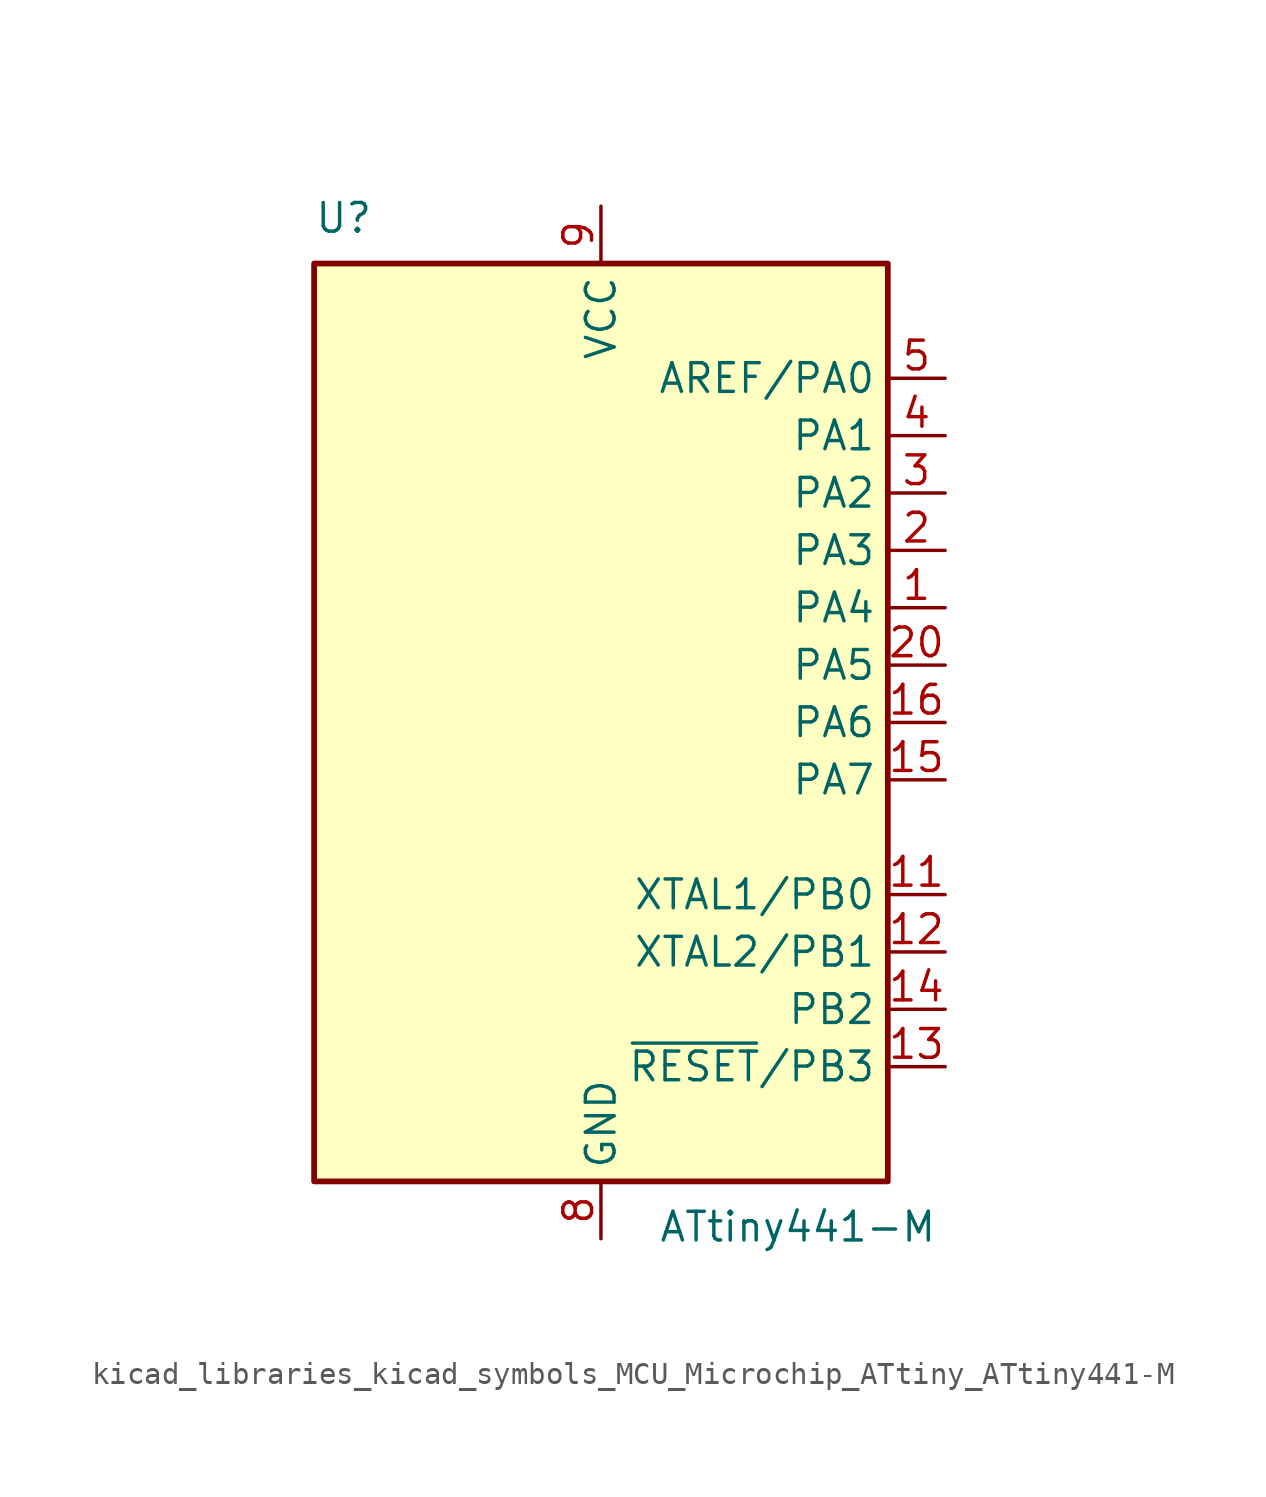
<source format=kicad_sym>
(kicad_symbol_lib
  (version 20220914)
  (generator kicad_symbol_editor)
  (symbol "kicad_libraries_kicad_symbols_MCU_Microchip_ATtiny_ATtiny441-M"
    (property "Reference" "U"
      (at -12.7 21.59 0)
      (effects (font (size 1.27 1.27)) (justify left bottom)))
    (property "Value" "ATtiny441-M"
      (at 2.54 -21.59 0)
      (effects (font (size 1.27 1.27)) (justify left top)))
    (symbol "kicad_libraries_kicad_symbols_MCU_Microchip_ATtiny_ATtiny441-M_0_1"
      (rectangle (start -12.7 -20.32) (end 12.7 20.32) (stroke (width 0.254) (type default)) (fill (type background))))
    (symbol "kicad_libraries_kicad_symbols_MCU_Microchip_ATtiny_ATtiny441-M_1_1"
      (pin bidirectional line (at 15.24 5.08 180) (length 2.54) (name "PA4" (effects (font (size 1.27 1.27)))) (number "1" (effects (font (size 1.27 1.27)))))
      (pin no_connect line (at -12.7 -10.16 0) (length 2.54) hide (name "NC" (effects (font (size 1.27 1.27)))) (number "10" (effects (font (size 1.27 1.27)))))
      (pin bidirectional line (at 15.24 -7.62 180) (length 2.54) (name "XTAL1/PB0" (effects (font (size 1.27 1.27)))) (number "11" (effects (font (size 1.27 1.27)))))
      (pin bidirectional line (at 15.24 -10.16 180) (length 2.54) (name "XTAL2/PB1" (effects (font (size 1.27 1.27)))) (number "12" (effects (font (size 1.27 1.27)))))
      (pin bidirectional line (at 15.24 -15.24 180) (length 2.54) (name "~{RESET}/PB3" (effects (font (size 1.27 1.27)))) (number "13" (effects (font (size 1.27 1.27)))))
      (pin bidirectional line (at 15.24 -12.7 180) (length 2.54) (name "PB2" (effects (font (size 1.27 1.27)))) (number "14" (effects (font (size 1.27 1.27)))))
      (pin bidirectional line (at 15.24 -2.54 180) (length 2.54) (name "PA7" (effects (font (size 1.27 1.27)))) (number "15" (effects (font (size 1.27 1.27)))))
      (pin bidirectional line (at 15.24 0 180) (length 2.54) (name "PA6" (effects (font (size 1.27 1.27)))) (number "16" (effects (font (size 1.27 1.27)))))
      (pin no_connect line (at -12.7 -12.7 0) (length 2.54) hide (name "NC" (effects (font (size 1.27 1.27)))) (number "17" (effects (font (size 1.27 1.27)))))
      (pin no_connect line (at -12.7 -15.24 0) (length 2.54) hide (name "NC" (effects (font (size 1.27 1.27)))) (number "18" (effects (font (size 1.27 1.27)))))
      (pin no_connect line (at -12.7 -17.78 0) (length 2.54) hide (name "NC" (effects (font (size 1.27 1.27)))) (number "19" (effects (font (size 1.27 1.27)))))
      (pin bidirectional line (at 15.24 7.62 180) (length 2.54) (name "PA3" (effects (font (size 1.27 1.27)))) (number "2" (effects (font (size 1.27 1.27)))))
      (pin bidirectional line (at 15.24 2.54 180) (length 2.54) (name "PA5" (effects (font (size 1.27 1.27)))) (number "20" (effects (font (size 1.27 1.27)))))
      (pin passive line (at 0 -22.86 90) (length 2.54) hide (name "GND" (effects (font (size 1.27 1.27)))) (number "21" (effects (font (size 1.27 1.27)))))
      (pin bidirectional line (at 15.24 10.16 180) (length 2.54) (name "PA2" (effects (font (size 1.27 1.27)))) (number "3" (effects (font (size 1.27 1.27)))))
      (pin bidirectional line (at 15.24 12.7 180) (length 2.54) (name "PA1" (effects (font (size 1.27 1.27)))) (number "4" (effects (font (size 1.27 1.27)))))
      (pin bidirectional line (at 15.24 15.24 180) (length 2.54) (name "AREF/PA0" (effects (font (size 1.27 1.27)))) (number "5" (effects (font (size 1.27 1.27)))))
      (pin no_connect line (at -12.7 -5.08 0) (length 2.54) hide (name "NC" (effects (font (size 1.27 1.27)))) (number "6" (effects (font (size 1.27 1.27)))))
      (pin no_connect line (at -12.7 -7.62 0) (length 2.54) hide (name "NC" (effects (font (size 1.27 1.27)))) (number "7" (effects (font (size 1.27 1.27)))))
      (pin power_in line (at 0 -22.86 90) (length 2.54) (name "GND" (effects (font (size 1.27 1.27)))) (number "8" (effects (font (size 1.27 1.27)))))
      (pin power_in line (at 0 22.86 270) (length 2.54) (name "VCC" (effects (font (size 1.27 1.27)))) (number "9" (effects (font (size 1.27 1.27))))))))
</source>
